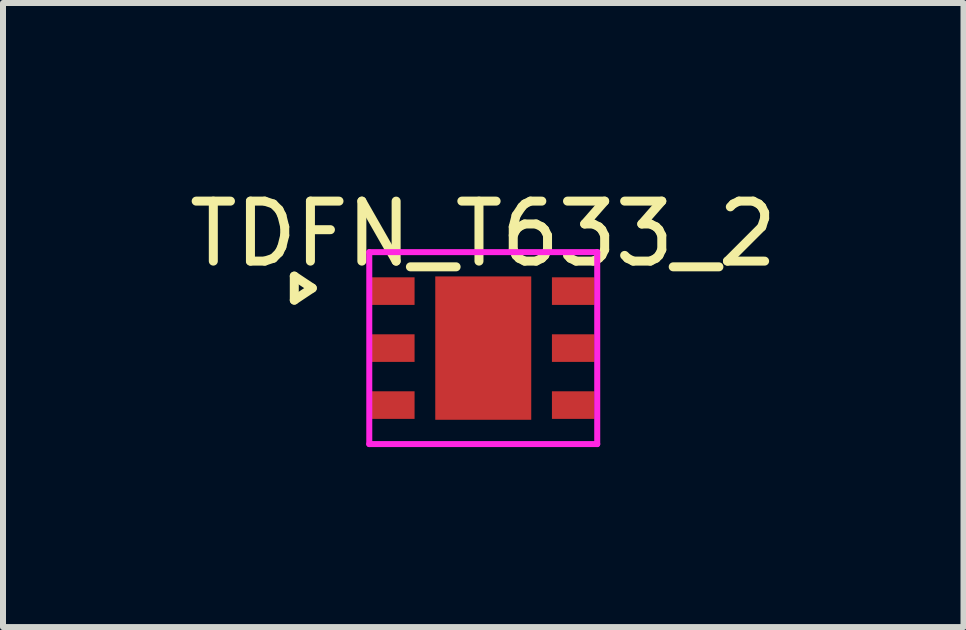
<source format=kicad_pcb>
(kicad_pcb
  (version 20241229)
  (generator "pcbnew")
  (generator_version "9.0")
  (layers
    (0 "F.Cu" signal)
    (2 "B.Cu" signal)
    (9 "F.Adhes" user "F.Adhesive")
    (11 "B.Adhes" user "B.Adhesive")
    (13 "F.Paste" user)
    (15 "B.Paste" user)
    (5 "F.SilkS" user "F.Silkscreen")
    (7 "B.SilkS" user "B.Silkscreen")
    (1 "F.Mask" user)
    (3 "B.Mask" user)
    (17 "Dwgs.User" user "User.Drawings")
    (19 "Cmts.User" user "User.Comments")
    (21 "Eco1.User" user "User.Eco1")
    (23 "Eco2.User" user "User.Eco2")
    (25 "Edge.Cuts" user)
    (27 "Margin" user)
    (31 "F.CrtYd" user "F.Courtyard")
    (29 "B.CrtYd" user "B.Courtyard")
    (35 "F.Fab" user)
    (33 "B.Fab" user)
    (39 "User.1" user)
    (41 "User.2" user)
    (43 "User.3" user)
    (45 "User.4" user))
  (footprint "TDFN_T633_2"
    (layer "F.Cu")
    (at 5.006 2.753)
    (property "Reference" "TDFN_T633_2" (at 0 -1.905 0) (layer "F.SilkS") (effects (font (size 1 1) (thickness 0.15))))
    (attr through_hole)
    (fp_line (start -3.15 -0.8) (end -3.15 -1.2) (stroke (width 0.15) (type solid)) (layer "F.SilkS"))
    (fp_line (start -2.85 -1) (end -3.15 -1.2) (stroke (width 0.15) (type solid)) (layer "F.SilkS"))
    (fp_line (start -2.85 -1) (end -3.15 -0.8) (stroke (width 0.15) (type solid)) (layer "F.SilkS"))
    (fp_line (start -1.9 -1.6) (end -1.9 1.6) (stroke (width 0.1) (type solid)) (layer "F.CrtYd"))
    (fp_line (start -1.9 -1.6) (end 1.9 -1.6) (stroke (width 0.1) (type solid)) (layer "F.CrtYd"))
    (fp_line (start -1.9 1.6) (end 1.9 1.6) (stroke (width 0.1) (type solid)) (layer "F.CrtYd"))
    (fp_line (start 1.9 -1.6) (end 1.9 1.6) (stroke (width 0.1) (type solid)) (layer "F.CrtYd"))
    (pad "0" smd rect (at 0 0) (size 1.6 2.39) (layers "F.Cu" "F.Mask" "F.Paste"))
    (pad "1" smd rect (at -1.5 -0.95) (size 0.71 0.46) (layers "F.Cu" "F.Mask" "F.Paste"))
    (pad "2" smd rect (at -1.5 0) (size 0.71 0.46) (layers "F.Cu" "F.Mask" "F.Paste"))
    (pad "3" smd rect (at -1.5 0.95) (size 0.71 0.46) (layers "F.Cu" "F.Mask" "F.Paste"))
    (pad "4" smd rect (at 1.5 0.95) (size 0.71 0.46) (layers "F.Cu" "F.Mask" "F.Paste"))
    (pad "5" smd rect (at 1.5 0) (size 0.71 0.46) (layers "F.Cu" "F.Mask" "F.Paste"))
    (pad "6" smd rect (at 1.5 -0.95) (size 0.71 0.46) (layers "F.Cu" "F.Mask" "F.Paste")))
  (gr_rect
    (start -3 -3)
    (end 13.012 7.403)
    (stroke (width 0.1) (type default))
    (fill no)
    (layer "Edge.Cuts")))
</source>
